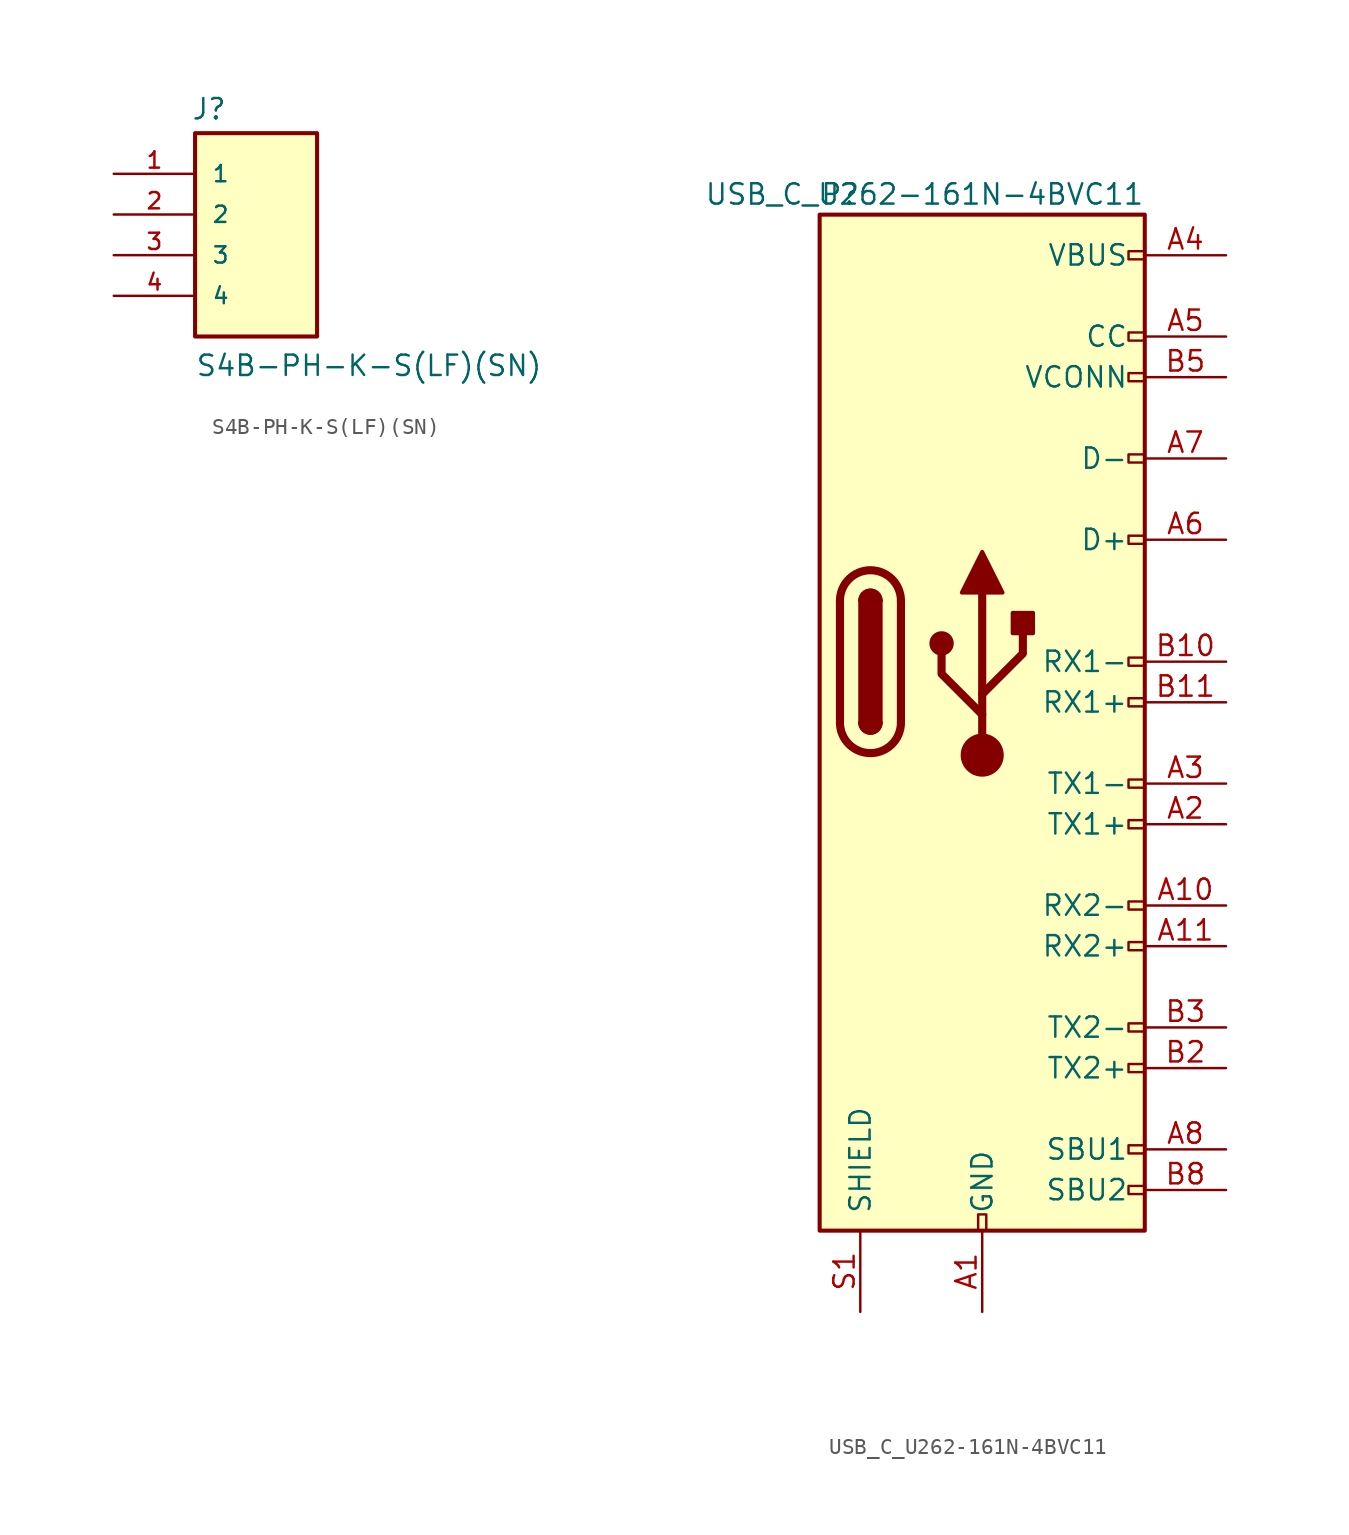
<source format=kicad_sym>
(kicad_symbol_lib
  (version 20211014)
  (generator kicad_symbol_editor)
  (symbol "S4B-PH-K-S(LF)(SN)"
    (pin_names
      (offset 1.016))
    (property "Reference" "J"
      (at -2.794 5.842 0)
      (effects (font (size 1.27 1.27)) (justify left bottom)))
    (property "Value" "S4B-PH-K-S(LF)(SN)"
      (at -2.54 -10.185 0)
      (effects (font (size 1.27 1.27)) (justify left bottom)))
    (symbol "S4B-PH-K-S(LF)(SN)_0_0"
      (rectangle (start -2.54 -7.62) (end 5.08 5.08) (stroke (width 0.254) (type default) (color 0 0 0 0)) (fill (type background)))
      (pin passive line (at -7.62 2.54 0) (length 5.08) (name "1" (effects (font (size 1.016 1.016)))) (number "1" (effects (font (size 1.016 1.016)))))
      (pin passive line (at -7.62 0 0) (length 5.08) (name "2" (effects (font (size 1.016 1.016)))) (number "2" (effects (font (size 1.016 1.016)))))
      (pin passive line (at -7.62 -2.54 0) (length 5.08) (name "3" (effects (font (size 1.016 1.016)))) (number "3" (effects (font (size 1.016 1.016)))))
      (pin passive line (at -7.62 -5.08 0) (length 5.08) (name "4" (effects (font (size 1.016 1.016)))) (number "4" (effects (font (size 1.016 1.016)))))))
  (symbol "USB_C_U262-161N-4BVC11"
    (pin_names
      (offset 1.016))
    (property "Reference" "P"
      (at -10.16 29.21 0)
      (effects (font (size 1.27 1.27)) (justify left)))
    (property "Value" "USB_C_U262-161N-4BVC11"
      (at 10.16 29.21 0)
      (effects (font (size 1.27 1.27)) (justify right)))
    (symbol "USB_C_U262-161N-4BVC11_0_0"
      (rectangle (start -0.254 -35.56) (end 0.254 -34.544) (stroke (width 0) (type default) (color 0 0 0 0)) (fill (type none)))
      (rectangle (start 10.16 -32.766) (end 9.144 -33.274) (stroke (width 0) (type default) (color 0 0 0 0)) (fill (type none)))
      (rectangle (start 10.16 -30.226) (end 9.144 -30.734) (stroke (width 0) (type default) (color 0 0 0 0)) (fill (type none)))
      (rectangle (start 10.16 -25.146) (end 9.144 -25.654) (stroke (width 0) (type default) (color 0 0 0 0)) (fill (type none)))
      (rectangle (start 10.16 -22.606) (end 9.144 -23.114) (stroke (width 0) (type default) (color 0 0 0 0)) (fill (type none)))
      (rectangle (start 10.16 -17.526) (end 9.144 -18.034) (stroke (width 0) (type default) (color 0 0 0 0)) (fill (type none)))
      (rectangle (start 10.16 -14.986) (end 9.144 -15.494) (stroke (width 0) (type default) (color 0 0 0 0)) (fill (type none)))
      (rectangle (start 10.16 -9.906) (end 9.144 -10.414) (stroke (width 0) (type default) (color 0 0 0 0)) (fill (type none)))
      (rectangle (start 10.16 -7.366) (end 9.144 -7.874) (stroke (width 0) (type default) (color 0 0 0 0)) (fill (type none)))
      (rectangle (start 10.16 -2.286) (end 9.144 -2.794) (stroke (width 0) (type default) (color 0 0 0 0)) (fill (type none)))
      (rectangle (start 10.16 0.254) (end 9.144 -0.254) (stroke (width 0) (type default) (color 0 0 0 0)) (fill (type none)))
      (rectangle (start 10.16 7.874) (end 9.144 7.366) (stroke (width 0) (type default) (color 0 0 0 0)) (fill (type none)))
      (rectangle (start 10.16 12.954) (end 9.144 12.446) (stroke (width 0) (type default) (color 0 0 0 0)) (fill (type none)))
      (rectangle (start 10.16 18.034) (end 9.144 17.526) (stroke (width 0) (type default) (color 0 0 0 0)) (fill (type none)))
      (rectangle (start 10.16 20.574) (end 9.144 20.066) (stroke (width 0) (type default) (color 0 0 0 0)) (fill (type none)))
      (rectangle (start 10.16 25.654) (end 9.144 25.146) (stroke (width 0) (type default) (color 0 0 0 0)) (fill (type none))))
    (symbol "USB_C_U262-161N-4BVC11_0_1"
      (rectangle (start -10.16 27.94) (end 10.16 -35.56) (stroke (width 0.254) (type default) (color 0 0 0 0)) (fill (type background)))
      (arc (start -8.89 -3.81) (mid -6.985 -5.715) (end -5.08 -3.81) (stroke (width 0.508) (type default) (color 0 0 0 0)) (fill (type none)))
      (arc (start -7.62 -3.81) (mid -6.985 -4.445) (end -6.35 -3.81) (stroke (width 0.254) (type default) (color 0 0 0 0)) (fill (type none)))
      (arc (start -7.62 -3.81) (mid -6.985 -4.445) (end -6.35 -3.81) (stroke (width 0.254) (type default) (color 0 0 0 0)) (fill (type outline)))
      (rectangle (start -7.62 -3.81) (end -6.35 3.81) (stroke (width 0.254) (type default) (color 0 0 0 0)) (fill (type outline)))
      (arc (start -6.35 3.81) (mid -6.985 4.445) (end -7.62 3.81) (stroke (width 0.254) (type default) (color 0 0 0 0)) (fill (type none)))
      (arc (start -6.35 3.81) (mid -6.985 4.445) (end -7.62 3.81) (stroke (width 0.254) (type default) (color 0 0 0 0)) (fill (type outline)))
      (arc (start -5.08 3.81) (mid -6.985 5.715) (end -8.89 3.81) (stroke (width 0.508) (type default) (color 0 0 0 0)) (fill (type none)))
      (polyline (pts (xy -8.89 -3.81) (xy -8.89 3.81)) (stroke (width 0.508) (type default) (color 0 0 0 0)) (fill (type none)))
      (polyline (pts (xy -5.08 3.81) (xy -5.08 -3.81)) (stroke (width 0.508) (type default) (color 0 0 0 0)) (fill (type none))))
    (symbol "USB_C_U262-161N-4BVC11_1_1"
      (circle (center -2.54 1.143) (radius 0.635) (stroke (width 0.254) (type default) (color 0 0 0 0)) (fill (type outline)))
      (circle (center 0 -5.842) (radius 1.27) (stroke (width 0) (type default) (color 0 0 0 0)) (fill (type outline)))
      (polyline (pts (xy 0 -5.842) (xy 0 4.318)) (stroke (width 0.508) (type default) (color 0 0 0 0)) (fill (type none)))
      (polyline (pts (xy 0 -3.302) (xy -2.54 -0.762) (xy -2.54 0.508)) (stroke (width 0.508) (type default) (color 0 0 0 0)) (fill (type none)))
      (polyline (pts (xy 0 -2.032) (xy 2.54 0.508) (xy 2.54 1.778)) (stroke (width 0.508) (type default) (color 0 0 0 0)) (fill (type none)))
      (polyline (pts (xy -1.27 4.318) (xy 0 6.858) (xy 1.27 4.318) (xy -1.27 4.318)) (stroke (width 0.254) (type default) (color 0 0 0 0)) (fill (type outline)))
      (rectangle (start 1.905 1.778) (end 3.175 3.048) (stroke (width 0.254) (type default) (color 0 0 0 0)) (fill (type outline)))
      (pin passive line (at 0 -40.64 90) (length 5.08) (name "GND" (effects (font (size 1.27 1.27)))) (number "A1" (effects (font (size 1.27 1.27)))))
      (pin bidirectional line (at 15.24 -15.24 180) (length 5.08) (name "RX2-" (effects (font (size 1.27 1.27)))) (number "A10" (effects (font (size 1.27 1.27)))))
      (pin bidirectional line (at 15.24 -17.78 180) (length 5.08) (name "RX2+" (effects (font (size 1.27 1.27)))) (number "A11" (effects (font (size 1.27 1.27)))))
      (pin passive line (at 0 -40.64 90) (length 5.08) hide (name "GND" (effects (font (size 1.27 1.27)))) (number "A12" (effects (font (size 1.27 1.27)))))
      (pin bidirectional line (at 15.24 -10.16 180) (length 5.08) (name "TX1+" (effects (font (size 1.27 1.27)))) (number "A2" (effects (font (size 1.27 1.27)))))
      (pin bidirectional line (at 15.24 -7.62 180) (length 5.08) (name "TX1-" (effects (font (size 1.27 1.27)))) (number "A3" (effects (font (size 1.27 1.27)))))
      (pin passive line (at 15.24 25.4 180) (length 5.08) (name "VBUS" (effects (font (size 1.27 1.27)))) (number "A4" (effects (font (size 1.27 1.27)))))
      (pin bidirectional line (at 15.24 20.32 180) (length 5.08) (name "CC" (effects (font (size 1.27 1.27)))) (number "A5" (effects (font (size 1.27 1.27)))))
      (pin bidirectional line (at 15.24 7.62 180) (length 5.08) (name "D+" (effects (font (size 1.27 1.27)))) (number "A6" (effects (font (size 1.27 1.27)))))
      (pin bidirectional line (at 15.24 12.7 180) (length 5.08) (name "D-" (effects (font (size 1.27 1.27)))) (number "A7" (effects (font (size 1.27 1.27)))))
      (pin bidirectional line (at 15.24 -30.48 180) (length 5.08) (name "SBU1" (effects (font (size 1.27 1.27)))) (number "A8" (effects (font (size 1.27 1.27)))))
      (pin passive line (at 15.24 25.4 180) (length 5.08) hide (name "VBUS" (effects (font (size 1.27 1.27)))) (number "A9" (effects (font (size 1.27 1.27)))))
      (pin passive line (at 0 -40.64 90) (length 5.08) hide (name "GND" (effects (font (size 1.27 1.27)))) (number "B1" (effects (font (size 1.27 1.27)))))
      (pin bidirectional line (at 15.24 0 180) (length 5.08) (name "RX1-" (effects (font (size 1.27 1.27)))) (number "B10" (effects (font (size 1.27 1.27)))))
      (pin bidirectional line (at 15.24 -2.54 180) (length 5.08) (name "RX1+" (effects (font (size 1.27 1.27)))) (number "B11" (effects (font (size 1.27 1.27)))))
      (pin passive line (at 0 -40.64 90) (length 5.08) hide (name "GND" (effects (font (size 1.27 1.27)))) (number "B12" (effects (font (size 1.27 1.27)))))
      (pin bidirectional line (at 15.24 -25.4 180) (length 5.08) (name "TX2+" (effects (font (size 1.27 1.27)))) (number "B2" (effects (font (size 1.27 1.27)))))
      (pin bidirectional line (at 15.24 -22.86 180) (length 5.08) (name "TX2-" (effects (font (size 1.27 1.27)))) (number "B3" (effects (font (size 1.27 1.27)))))
      (pin passive line (at 15.24 25.4 180) (length 5.08) hide (name "VBUS" (effects (font (size 1.27 1.27)))) (number "B4" (effects (font (size 1.27 1.27)))))
      (pin bidirectional line (at 15.24 17.78 180) (length 5.08) (name "VCONN" (effects (font (size 1.27 1.27)))) (number "B5" (effects (font (size 1.27 1.27)))))
      (pin bidirectional line (at 15.24 -33.02 180) (length 5.08) (name "SBU2" (effects (font (size 1.27 1.27)))) (number "B8" (effects (font (size 1.27 1.27)))))
      (pin passive line (at 15.24 25.4 180) (length 5.08) hide (name "VBUS" (effects (font (size 1.27 1.27)))) (number "B9" (effects (font (size 1.27 1.27)))))
      (pin passive line (at -7.62 -40.64 90) (length 5.08) (name "SHIELD" (effects (font (size 1.27 1.27)))) (number "S1" (effects (font (size 1.27 1.27))))))))
</source>
